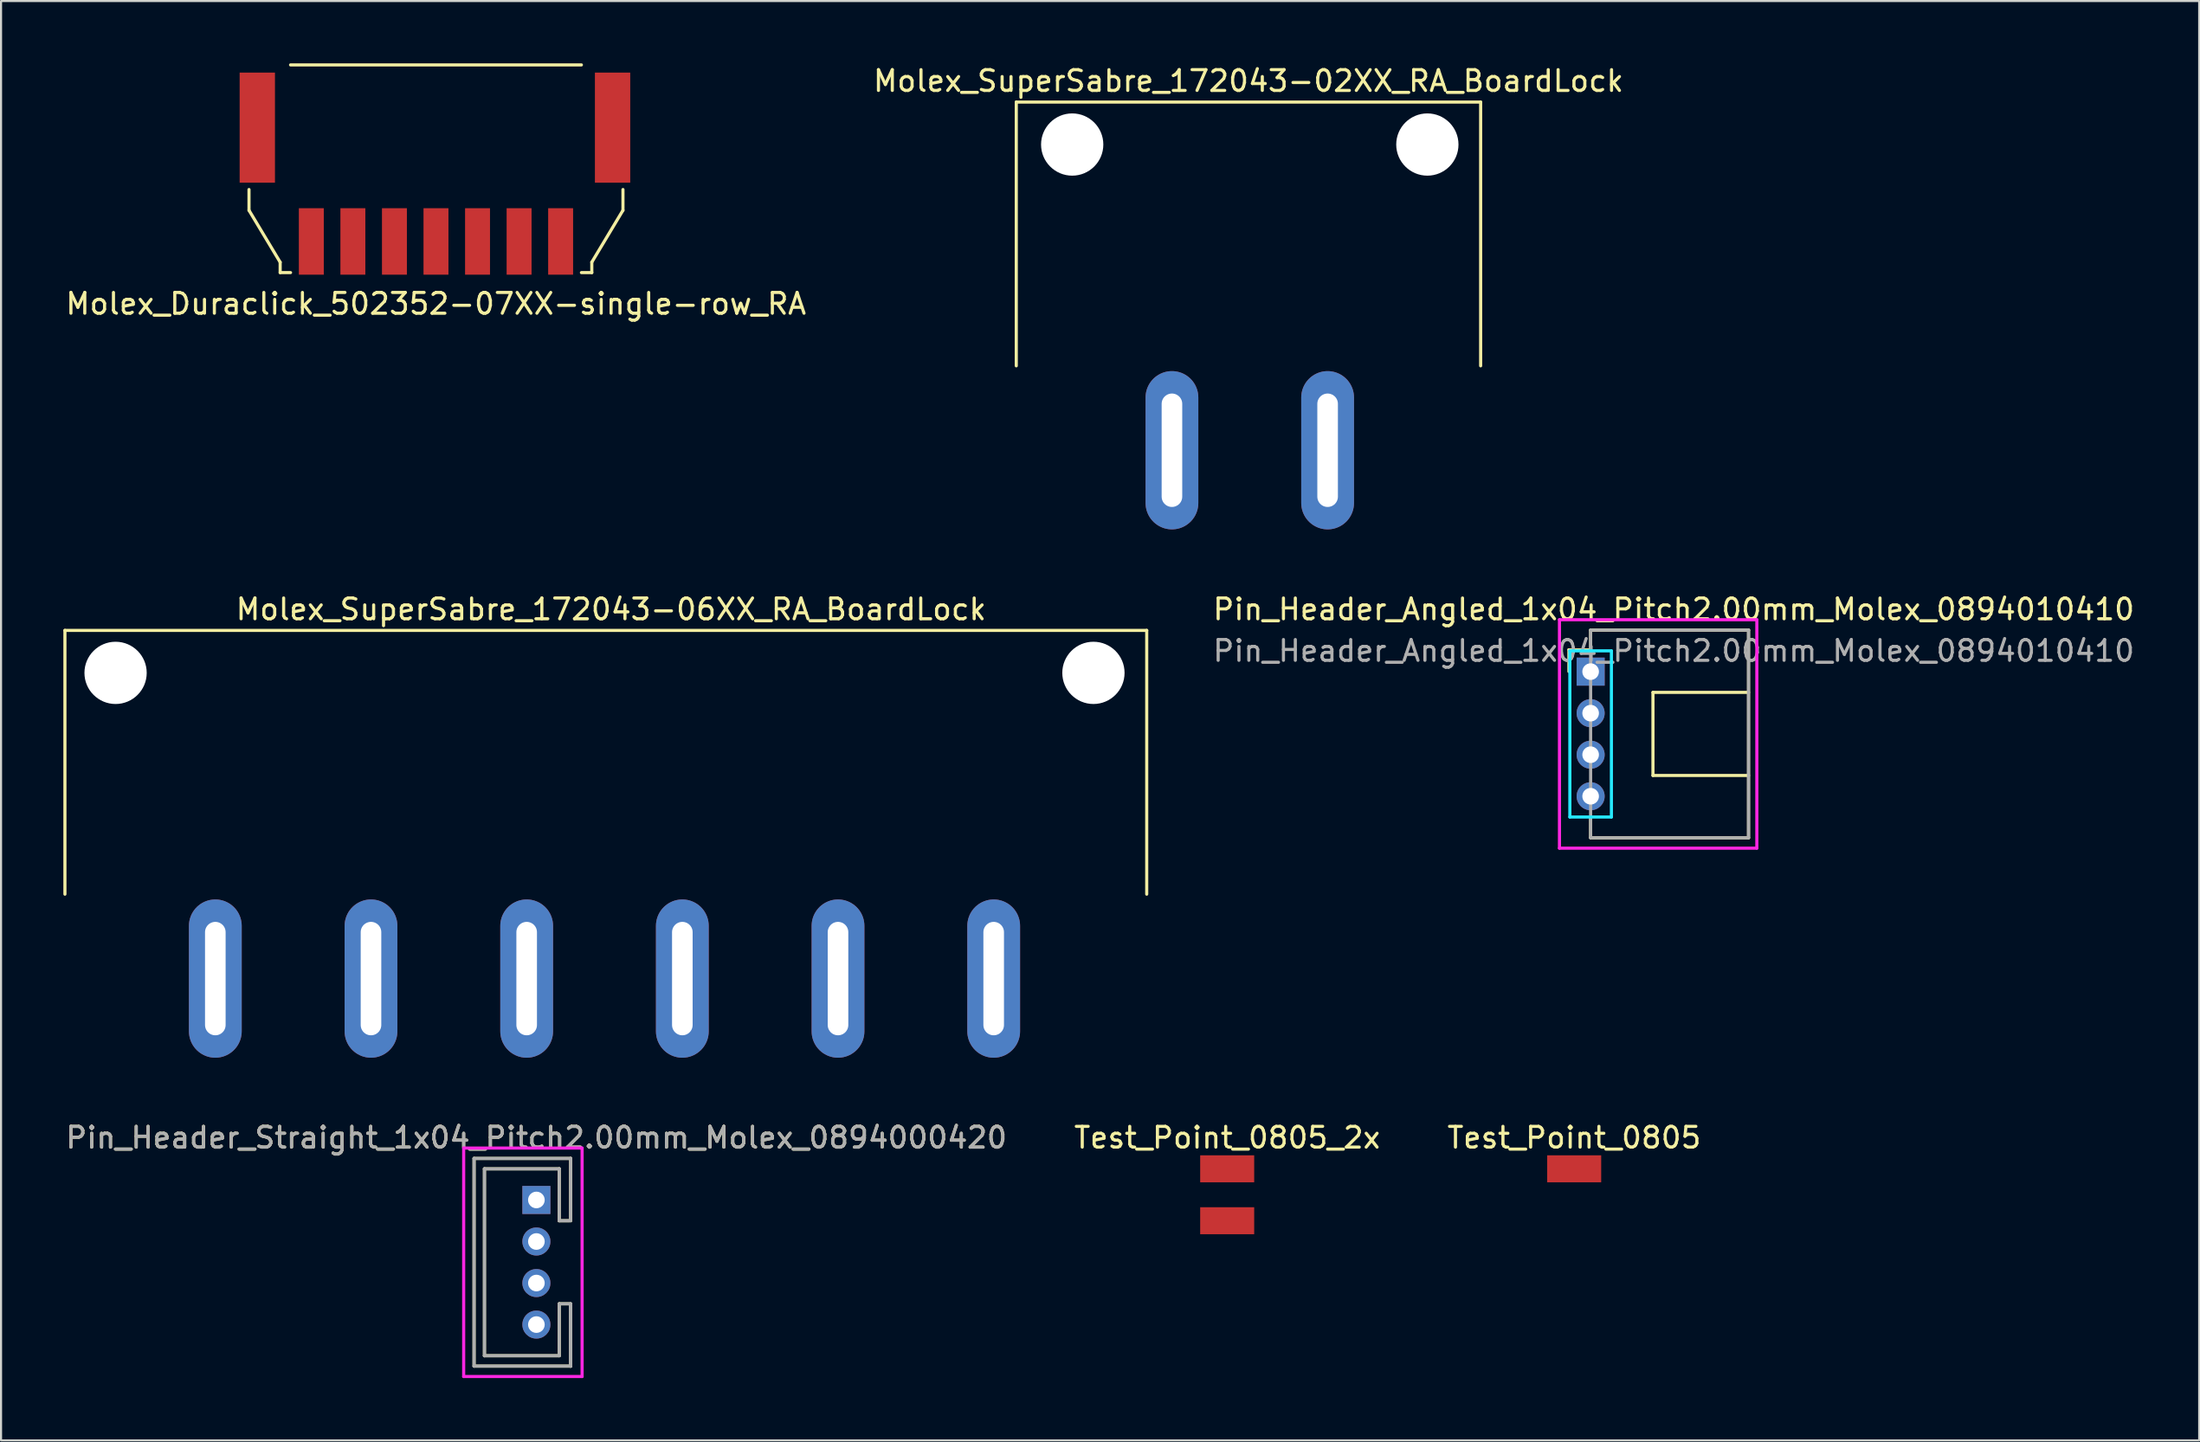
<source format=kicad_pcb>
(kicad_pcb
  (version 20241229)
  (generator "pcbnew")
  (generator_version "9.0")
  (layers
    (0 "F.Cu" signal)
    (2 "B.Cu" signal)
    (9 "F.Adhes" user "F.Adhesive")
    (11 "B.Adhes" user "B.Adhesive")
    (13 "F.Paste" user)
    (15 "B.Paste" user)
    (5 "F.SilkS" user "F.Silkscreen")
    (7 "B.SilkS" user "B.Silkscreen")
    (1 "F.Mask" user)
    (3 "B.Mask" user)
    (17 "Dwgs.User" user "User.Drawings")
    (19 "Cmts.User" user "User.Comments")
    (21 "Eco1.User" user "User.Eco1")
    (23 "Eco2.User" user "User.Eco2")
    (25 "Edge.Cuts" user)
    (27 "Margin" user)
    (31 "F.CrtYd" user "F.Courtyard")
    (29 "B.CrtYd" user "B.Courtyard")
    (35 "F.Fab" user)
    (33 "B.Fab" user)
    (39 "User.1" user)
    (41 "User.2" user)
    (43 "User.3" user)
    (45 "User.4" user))
  (footprint "Pin_Header_Angled_1x04_Pitch2.00mm_Molex_0894010410"
    (layer "F.Cu")
    (at 73.512 29.287)
    (property "Reference" "Pin_Header_Angled_1x04_Pitch2.00mm_Molex_0894010410" (at 4 -3 0) (layer "F.SilkS") (effects (font (size 1 1) (thickness 0.15))))
    (attr through_hole)
    (fp_line (start -1.06 -1.06) (end 0 -1.06) (stroke (width 0.12) (type solid)) (layer "F.SilkS"))
    (fp_line (start -1.06 0) (end -1.06 -1.06) (stroke (width 0.12) (type solid)) (layer "F.SilkS"))
    (fp_line (start 0 -2) (end 0 -1) (stroke (width 0.15) (type solid)) (layer "F.SilkS"))
    (fp_line (start 0 -2) (end 7.6 -2) (stroke (width 0.15) (type solid)) (layer "F.SilkS"))
    (fp_line (start 0 8) (end 0 7) (stroke (width 0.15) (type solid)) (layer "F.SilkS"))
    (fp_line (start 0 8) (end 7.6 8) (stroke (width 0.15) (type solid)) (layer "F.SilkS"))
    (fp_line (start 3 1) (end 3 5) (stroke (width 0.15) (type solid)) (layer "F.SilkS"))
    (fp_line (start 3 5) (end 7.6 5) (stroke (width 0.15) (type solid)) (layer "F.SilkS"))
    (fp_line (start 7.6 -2) (end 7.6 8) (stroke (width 0.15) (type solid)) (layer "F.SilkS"))
    (fp_line (start 7.6 1) (end 3 1) (stroke (width 0.15) (type solid)) (layer "F.SilkS"))
    (fp_line (start -1 -1) (end -1 7) (stroke (width 0.15) (type solid)) (layer "B.CrtYd"))
    (fp_line (start -1 7) (end 1 7) (stroke (width 0.15) (type solid)) (layer "B.CrtYd"))
    (fp_line (start 1 -1) (end -1 -1) (stroke (width 0.15) (type solid)) (layer "B.CrtYd"))
    (fp_line (start 1 7) (end 1 -1) (stroke (width 0.15) (type solid)) (layer "B.CrtYd"))
    (fp_line (start -1.5 -2.5) (end 8 -2.5) (stroke (width 0.15) (type solid)) (layer "F.CrtYd"))
    (fp_line (start -1.5 8.5) (end -1.5 -2.5) (stroke (width 0.15) (type solid)) (layer "F.CrtYd"))
    (fp_line (start 8 -2.5) (end 8 8.5) (stroke (width 0.15) (type solid)) (layer "F.CrtYd"))
    (fp_line (start 8 8.5) (end -1.5 8.5) (stroke (width 0.15) (type solid)) (layer "F.CrtYd"))
    (fp_line (start 0 -2) (end 0 8) (stroke (width 0.15) (type solid)) (layer "F.Fab"))
    (fp_line (start 0 -2) (end 7.6 -2) (stroke (width 0.15) (type solid)) (layer "F.Fab"))
    (fp_line (start 0 8) (end 7.6 8) (stroke (width 0.15) (type solid)) (layer "F.Fab"))
    (fp_line (start 7.6 -2) (end 7.6 8) (stroke (width 0.15) (type solid)) (layer "F.Fab"))
    (fp_text user "${REFERENCE}" (at 4 -1 0) (layer "F.Fab") (effects (font (size 1 1) (thickness 0.15))))
    (pad "1" thru_hole rect (at 0 0) (size 1.35 1.35) (drill 0.8) (layers "*.Cu" "*.Mask"))
    (pad "2" thru_hole oval (at 0 2) (size 1.35 1.35) (drill 0.8) (layers "*.Cu" "*.Mask"))
    (pad "3" thru_hole oval (at 0 4) (size 1.35 1.35) (drill 0.8) (layers "*.Cu" "*.Mask"))
    (pad "4" thru_hole oval (at 0 6) (size 1.35 1.35) (drill 0.8) (layers "*.Cu" "*.Mask")))
  (footprint "Pin_Header_Straight_1x04_Pitch2.00mm_Molex_0894000420"
    (layer "F.Cu")
    (at 22.768 54.725)
    (property "Reference" "Pin_Header_Straight_1x04_Pitch2.00mm_Molex_0894000420" (at 0 -3 0) (layer "F.SilkS") (effects (font (size 1 1) (thickness 0.15))))
    (attr through_hole)
    (fp_line (start -3 -2) (end -3 8) (stroke (width 0.15) (type solid)) (layer "F.SilkS"))
    (fp_line (start -3 -2) (end 1.65 -2) (stroke (width 0.15) (type solid)) (layer "F.SilkS"))
    (fp_line (start -3 8) (end 1.65 8) (stroke (width 0.15) (type solid)) (layer "F.SilkS"))
    (fp_line (start -2.5 -1.5) (end -2.5 7.5) (stroke (width 0.15) (type solid)) (layer "F.SilkS"))
    (fp_line (start -2.5 7.5) (end 1.1 7.5) (stroke (width 0.15) (type solid)) (layer "F.SilkS"))
    (fp_line (start 1.1 -1.5) (end -2.5 -1.5) (stroke (width 0.15) (type solid)) (layer "F.SilkS"))
    (fp_line (start 1.1 1) (end 1.1 -1.5) (stroke (width 0.15) (type solid)) (layer "F.SilkS"))
    (fp_line (start 1.1 5) (end 1.6 5) (stroke (width 0.15) (type solid)) (layer "F.SilkS"))
    (fp_line (start 1.1 7.5) (end 1.1 5) (stroke (width 0.15) (type solid)) (layer "F.SilkS"))
    (fp_line (start 1.6 1) (end 1.1 1) (stroke (width 0.15) (type solid)) (layer "F.SilkS"))
    (fp_line (start 1.65 -2) (end 1.65 1.004) (stroke (width 0.15) (type solid)) (layer "F.SilkS"))
    (fp_line (start 1.65 5) (end 1.65 8.004) (stroke (width 0.15) (type solid)) (layer "F.SilkS"))
    (fp_line (start -3.5 -2.5) (end -3.5 8.5) (stroke (width 0.15) (type solid)) (layer "F.CrtYd"))
    (fp_line (start -3.5 8.5) (end 2.2 8.5) (stroke (width 0.15) (type solid)) (layer "F.CrtYd"))
    (fp_line (start 2.2 -2.5) (end -3.5 -2.5) (stroke (width 0.15) (type solid)) (layer "F.CrtYd"))
    (fp_line (start 2.2 8.5) (end 2.2 -2.5) (stroke (width 0.15) (type solid)) (layer "F.CrtYd"))
    (fp_line (start -3 -2) (end -3 8) (stroke (width 0.15) (type solid)) (layer "F.Fab"))
    (fp_line (start -3 -2) (end 1.65 -2) (stroke (width 0.15) (type solid)) (layer "F.Fab"))
    (fp_line (start -3 8) (end 1.65 8) (stroke (width 0.15) (type solid)) (layer "F.Fab"))
    (fp_line (start -2.5 -1.5) (end -2.5 7.5) (stroke (width 0.15) (type solid)) (layer "F.Fab"))
    (fp_line (start -2.5 7.5) (end 1.1 7.5) (stroke (width 0.15) (type solid)) (layer "F.Fab"))
    (fp_line (start 1.1 -1.5) (end -2.5 -1.5) (stroke (width 0.15) (type solid)) (layer "F.Fab"))
    (fp_line (start 1.1 1) (end 1.1 -1.5) (stroke (width 0.15) (type solid)) (layer "F.Fab"))
    (fp_line (start 1.1 5) (end 1.6 5) (stroke (width 0.15) (type solid)) (layer "F.Fab"))
    (fp_line (start 1.1 7.5) (end 1.1 5) (stroke (width 0.15) (type solid)) (layer "F.Fab"))
    (fp_line (start 1.6 1) (end 1.1 1) (stroke (width 0.15) (type solid)) (layer "F.Fab"))
    (fp_line (start 1.65 -2.004) (end 1.65 1) (stroke (width 0.15) (type solid)) (layer "F.Fab"))
    (fp_line (start 1.65 4.996) (end 1.65 8) (stroke (width 0.15) (type solid)) (layer "F.Fab"))
    (fp_line (start 1.65 5) (end 1.65 8.004) (stroke (width 0.15) (type solid)) (layer "F.Fab"))
    (fp_text user "${REFERENCE}" (at 0 -3 0) (layer "F.Fab") (effects (font (size 1 1) (thickness 0.15))))
    (pad "1" thru_hole rect (at 0 0) (size 1.35 1.35) (drill 0.8) (layers "*.Cu" "*.Mask"))
    (pad "2" thru_hole oval (at 0 2) (size 1.35 1.35) (drill 0.8) (layers "*.Cu" "*.Mask"))
    (pad "3" thru_hole oval (at 0 4) (size 1.35 1.35) (drill 0.8) (layers "*.Cu" "*.Mask"))
    (pad "4" thru_hole oval (at 0 6) (size 1.35 1.35) (drill 0.8) (layers "*.Cu" "*.Mask")))
  (footprint "Test_Point_0805"
    (layer "F.Cu")
    (at 72.72 53.225)
    (property "Reference" "Test_Point_0805" (at 0 -1.5 0) (layer "F.SilkS") (effects (font (size 1 1) (thickness 0.15))))
    (attr through_hole)
    (pad "1" smd rect (at 0 0) (size 2.6 1.3) (layers "F.Cu" "F.Mask" "F.Paste")))
  (footprint "Molex_Duraclick_502352-07XX-single-row_RA"
    (layer "F.Cu")
    (at 23.935 8.575)
    (property "Reference" "Molex_Duraclick_502352-07XX-single-row_RA" (at -6 3 0) (layer "F.SilkS") (effects (font (size 1 1) (thickness 0.15))))
    (attr through_hole)
    (fp_line (start -15 -2.5) (end -15 -1.5) (stroke (width 0.15) (type solid)) (layer "F.SilkS"))
    (fp_line (start -15 -1.5) (end -13.5 1) (stroke (width 0.15) (type solid)) (layer "F.SilkS"))
    (fp_line (start -13.5 1) (end -13.5 1.5) (stroke (width 0.15) (type solid)) (layer "F.SilkS"))
    (fp_line (start -13.5 1.5) (end -13 1.5) (stroke (width 0.15) (type solid)) (layer "F.SilkS"))
    (fp_line (start -13 -8.5) (end 1 -8.5) (stroke (width 0.15) (type solid)) (layer "F.SilkS"))
    (fp_line (start 1 1.5) (end 1.5 1.5) (stroke (width 0.15) (type solid)) (layer "F.SilkS"))
    (fp_line (start 1.5 1) (end 3 -1.5) (stroke (width 0.15) (type solid)) (layer "F.SilkS"))
    (fp_line (start 1.5 1.5) (end 1.5 1) (stroke (width 0.15) (type solid)) (layer "F.SilkS"))
    (fp_line (start 3 -1.5) (end 3 -2.5) (stroke (width 0.15) (type solid)) (layer "F.SilkS"))
    (pad "" smd rect (at -14.6 -5.48) (size 1.7 5.3) (layers "F.Cu" "F.Mask" "F.Paste"))
    (pad "" smd rect (at 2.5 -5.48) (size 1.7 5.3) (layers "F.Cu" "F.Mask" "F.Paste"))
    (pad "1" smd rect (at 0 0) (size 1.2 3.2) (layers "F.Cu" "F.Mask" "F.Paste"))
    (pad "2" smd rect (at -2 0) (size 1.2 3.2) (layers "F.Cu" "F.Mask" "F.Paste"))
    (pad "3" smd rect (at -4 0) (size 1.2 3.2) (layers "F.Cu" "F.Mask" "F.Paste"))
    (pad "4" smd rect (at -6 0) (size 1.2 3.2) (layers "F.Cu" "F.Mask" "F.Paste"))
    (pad "5" smd rect (at -8 0) (size 1.2 3.2) (layers "F.Cu" "F.Mask" "F.Paste"))
    (pad "6" smd rect (at -10 0) (size 1.2 3.2) (layers "F.Cu" "F.Mask" "F.Paste"))
    (pad "7" smd rect (at -12 0) (size 1.2 3.2) (layers "F.Cu" "F.Mask" "F.Paste")))
  (footprint "Molex_SuperSabre_172043-02XX_RA_BoardLock"
    (layer "F.Cu")
    (at 60.852 18.628)
    (property "Reference" "Molex_SuperSabre_172043-02XX_RA_BoardLock" (at -3.81 -17.78 0) (layer "F.SilkS") (effects (font (size 1 1) (thickness 0.15))))
    (attr through_hole)
    (fp_line (start -14.986 -16.764) (end -14.986 -4.064) (stroke (width 0.15) (type solid)) (layer "F.SilkS"))
    (fp_line (start 7.366 -16.764) (end -14.986 -16.764) (stroke (width 0.15) (type solid)) (layer "F.SilkS"))
    (fp_line (start 7.366 -16.764) (end 7.366 -4.064) (stroke (width 0.15) (type solid)) (layer "F.SilkS"))
    (pad "" np_thru_hole circle (at -12.294 -14.719) (size 2.997 2.997) (drill 2.997) (layers "*.Cu" "*.Mask"))
    (pad "" np_thru_hole circle (at 4.801 -14.719) (size 2.997 2.997) (drill 2.997) (layers "*.Cu" "*.Mask"))
    (pad "1" thru_hole oval (at 0 0) (size 2.54 7.62) (drill oval 0.991 5.461) (layers "*.Cu" "*.Mask"))
    (pad "2" thru_hole oval (at -7.493 0) (size 2.54 7.62) (drill oval 0.991 5.461) (layers "*.Cu" "*.Mask")))
  (footprint "Molex_SuperSabre_172043-06XX_RA_BoardLock"
    (layer "F.Cu")
    (at 44.779 44.066)
    (property "Reference" "Molex_SuperSabre_172043-06XX_RA_BoardLock" (at -18.415 -17.78 0) (layer "F.SilkS") (effects (font (size 1 1) (thickness 0.15))))
    (attr through_hole)
    (fp_line (start -44.704 -16.764) (end -44.704 -4.064) (stroke (width 0.15) (type solid)) (layer "F.SilkS"))
    (fp_line (start 7.366 -16.764) (end -44.704 -16.764) (stroke (width 0.15) (type solid)) (layer "F.SilkS"))
    (fp_line (start 7.366 -16.764) (end 7.366 -4.064) (stroke (width 0.15) (type solid)) (layer "F.SilkS"))
    (pad "" np_thru_hole circle (at -42.266 -14.719) (size 2.997 2.997) (drill 2.997) (layers "*.Cu" "*.Mask"))
    (pad "" np_thru_hole circle (at 4.801 -14.719) (size 2.997 2.997) (drill 2.997) (layers "*.Cu" "*.Mask"))
    (pad "1" thru_hole oval (at 0 0) (size 2.54 7.62) (drill oval 0.991 5.461) (layers "*.Cu" "*.Mask"))
    (pad "2" thru_hole oval (at -7.493 0) (size 2.54 7.62) (drill oval 0.991 5.461) (layers "*.Cu" "*.Mask"))
    (pad "3" thru_hole oval (at -14.986 0) (size 2.54 7.62) (drill oval 0.991 5.461) (layers "*.Cu" "*.Mask"))
    (pad "4" thru_hole oval (at -22.479 0) (size 2.54 7.62) (drill oval 0.991 5.461) (layers "*.Cu" "*.Mask"))
    (pad "5" thru_hole oval (at -29.972 0) (size 2.54 7.62) (drill oval 0.991 5.461) (layers "*.Cu" "*.Mask"))
    (pad "6" thru_hole oval (at -37.465 0) (size 2.54 7.62) (drill oval 0.991 5.461) (layers "*.Cu" "*.Mask")))
  (footprint "Test_Point_0805_2x"
    (layer "F.Cu")
    (at 56.018 53.225)
    (property "Reference" "Test_Point_0805_2x" (at 0 -1.5 0) (layer "F.SilkS") (effects (font (size 1 1) (thickness 0.15))))
    (attr through_hole)
    (pad "1" smd rect (at 0 0) (size 2.6 1.3) (layers "F.Cu" "F.Mask" "F.Paste"))
    (pad "2" smd rect (at 0 2.5) (size 2.6 1.3) (layers "F.Cu" "F.Mask" "F.Paste")))
  (gr_rect
    (start -3 -3)
    (end 102.803 66.3)
    (stroke (width 0.1) (type default))
    (fill no)
    (layer "Edge.Cuts")))
</source>
